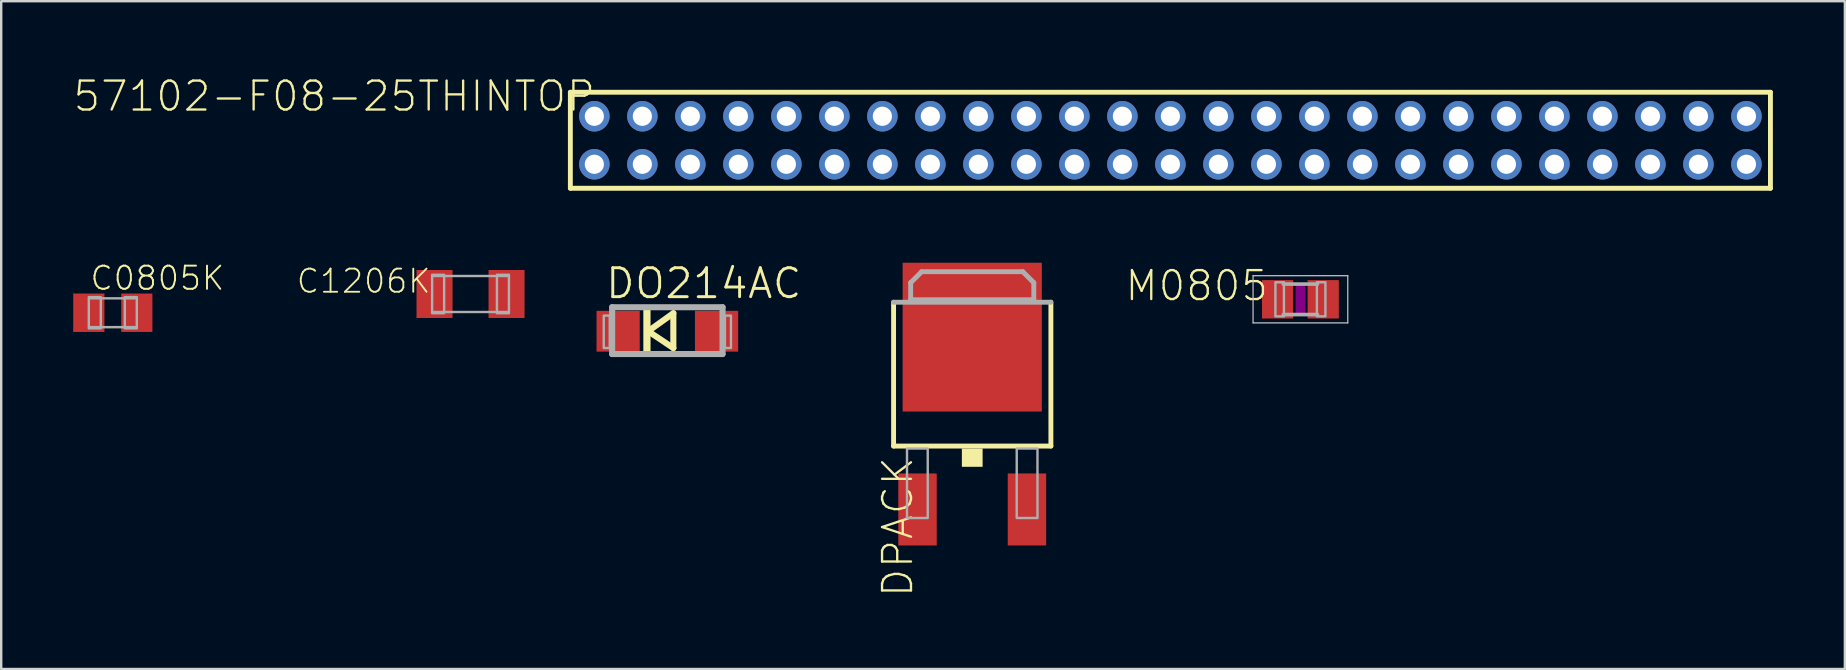
<source format=kicad_pcb>
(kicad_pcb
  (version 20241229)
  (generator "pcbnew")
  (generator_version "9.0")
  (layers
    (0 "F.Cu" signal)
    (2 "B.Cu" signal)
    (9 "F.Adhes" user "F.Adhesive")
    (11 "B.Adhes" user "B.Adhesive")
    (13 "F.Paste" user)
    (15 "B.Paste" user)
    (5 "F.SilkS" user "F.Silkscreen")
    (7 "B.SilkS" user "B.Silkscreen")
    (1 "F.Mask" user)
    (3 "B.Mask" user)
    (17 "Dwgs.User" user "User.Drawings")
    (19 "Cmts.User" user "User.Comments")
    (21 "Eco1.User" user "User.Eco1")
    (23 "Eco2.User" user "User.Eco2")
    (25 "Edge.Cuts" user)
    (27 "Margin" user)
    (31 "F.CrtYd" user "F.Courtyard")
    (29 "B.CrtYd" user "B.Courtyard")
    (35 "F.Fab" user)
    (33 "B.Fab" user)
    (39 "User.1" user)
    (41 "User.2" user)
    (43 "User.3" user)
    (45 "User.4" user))
  (footprint "DPACK"
    (layer "F.Cu")
    (at 37.457 13.376)
    (property "Reference" "DPACK" (at -3.81 2.54 270) (layer "F.SilkS") (effects (font (size 1.206 1.206) (thickness 0.097)) (justify right top)))
    (attr through_hole)
    (fp_line (start -3.277 2.159) (end -3.277 -3.835) (stroke (width 0.203) (type solid)) (layer "F.SilkS"))
    (fp_line (start 3.277 -3.835) (end 3.277 2.159) (stroke (width 0.203) (type solid)) (layer "F.SilkS"))
    (fp_line (start 3.277 2.159) (end -3.277 2.159) (stroke (width 0.203) (type solid)) (layer "F.SilkS"))
    (fp_poly (pts (xy -0.432 3.023) (xy 0.432 3.023) (xy 0.432 2.261) (xy -0.432 2.261)) (stroke (width 0) (type solid)) (fill yes) (layer "F.SilkS"))
    (fp_line (start -3.277 -3.835) (end 3.277 -3.835) (stroke (width 0.203) (type solid)) (layer "F.Fab"))
    (fp_line (start -2.565 -4.648) (end -2.108 -5.105) (stroke (width 0.203) (type solid)) (layer "F.Fab"))
    (fp_line (start -2.565 -3.937) (end -2.565 -4.648) (stroke (width 0.203) (type solid)) (layer "F.Fab"))
    (fp_line (start -2.108 -5.105) (end 2.108 -5.105) (stroke (width 0.203) (type solid)) (layer "F.Fab"))
    (fp_line (start 2.108 -5.105) (end 2.565 -4.648) (stroke (width 0.203) (type solid)) (layer "F.Fab"))
    (fp_line (start 2.565 -4.648) (end 2.565 -3.937) (stroke (width 0.203) (type solid)) (layer "F.Fab"))
    (fp_line (start 2.565 -3.937) (end -2.565 -3.937) (stroke (width 0.203) (type solid)) (layer "F.Fab"))
    (fp_poly (pts (xy -2.718 5.156) (xy -1.854 5.156) (xy -1.854 2.261) (xy -2.718 2.261)) (stroke (width 0.1) (type solid)) (fill no) (layer "F.Fab"))
    (fp_poly (pts (xy 1.854 5.156) (xy 2.718 5.156) (xy 2.718 2.261) (xy 1.854 2.261)) (stroke (width 0.1) (type solid)) (fill no) (layer "F.Fab"))
    (fp_poly (pts (xy -2.565 -3.937) (xy -2.565 -4.648) (xy -2.108 -5.105) (xy 2.108 -5.105) (xy 2.565 -4.648) (xy 2.565 -3.937)) (stroke (width 0.1) (type solid)) (fill no) (layer "F.Fab"))
    (pad "1" smd rect (at -2.28 4.8) (size 1.6 3) (layers "F.Cu" "F.Mask" "F.Paste"))
    (pad "3" smd rect (at 2.28 4.8) (size 1.6 3) (layers "F.Cu" "F.Mask" "F.Paste"))
    (pad "4" smd rect (at 0 -2.38) (size 5.8 6.2) (layers "F.Cu" "F.Mask" "F.Paste")))
  (footprint "C1206K"
    (layer "F.Cu")
    (at 16.554 9.199)
    (property "Reference" "C1206K" (at -1.6 -1.1 180) (layer "F.SilkS") (effects (font (size 0.965 0.965) (thickness 0.077)) (justify right top)))
    (attr through_hole)
    (fp_line (start -1.525 -0.75) (end 1.525 -0.75) (stroke (width 0.102) (type solid)) (layer "F.Fab"))
    (fp_line (start 1.525 0.75) (end -1.525 0.75) (stroke (width 0.102) (type solid)) (layer "F.Fab"))
    (fp_poly (pts (xy -1.6 0.8) (xy -1.1 0.8) (xy -1.1 -0.8) (xy -1.6 -0.8)) (stroke (width 0.1) (type solid)) (fill no) (layer "F.Fab"))
    (fp_poly (pts (xy 1.1 0.8) (xy 1.6 0.8) (xy 1.6 -0.8) (xy 1.1 -0.8)) (stroke (width 0.1) (type solid)) (fill no) (layer "F.Fab"))
    (pad "1" smd rect (at -1.5 0) (size 1.5 2) (layers "F.Cu" "F.Mask" "F.Paste"))
    (pad "2" smd rect (at 1.5 0) (size 1.5 2) (layers "F.Cu" "F.Mask" "F.Paste")))
  (footprint "C0805K"
    (layer "F.Cu")
    (at 1.65 9.98)
    (property "Reference" "C0805K" (at -1 -0.875 0) (layer "F.SilkS") (effects (font (size 0.965 0.965) (thickness 0.081)) (justify left bottom)))
    (attr through_hole)
    (fp_line (start -0.925 -0.6) (end 0.925 -0.6) (stroke (width 0.102) (type solid)) (layer "F.Fab"))
    (fp_line (start 0.925 0.6) (end -0.925 0.6) (stroke (width 0.102) (type solid)) (layer "F.Fab"))
    (fp_poly (pts (xy -1 0.65) (xy -0.5 0.65) (xy -0.5 -0.65) (xy -1 -0.65)) (stroke (width 0.1) (type solid)) (fill no) (layer "F.Fab"))
    (fp_poly (pts (xy 0.5 0.65) (xy 1 0.65) (xy 1 -0.65) (xy 0.5 -0.65)) (stroke (width 0.1) (type solid)) (fill no) (layer "F.Fab"))
    (pad "1" smd rect (at -1 0) (size 1.3 1.6) (layers "F.Cu" "F.Mask" "F.Paste"))
    (pad "2" smd rect (at 1 0) (size 1.3 1.6) (layers "F.Cu" "F.Mask" "F.Paste")))
  (footprint "DO214AC"
    (layer "F.Cu")
    (at 24.754 10.75)
    (property "Reference" "DO214AC" (at -2.64 -1.286 0) (layer "F.SilkS") (effects (font (size 1.206 1.206) (thickness 0.121)) (justify left bottom)))
    (attr through_hole)
    (fp_line (start -0.8 0) (end 0.25 -0.75) (stroke (width 0.254) (type solid)) (layer "F.SilkS"))
    (fp_line (start 0.25 -0.75) (end 0.25 0.7) (stroke (width 0.254) (type solid)) (layer "F.SilkS"))
    (fp_line (start 0.25 0.7) (end -0.8 0) (stroke (width 0.254) (type solid)) (layer "F.SilkS"))
    (fp_poly (pts (xy -1 1.05) (xy -0.7 1.05) (xy -0.7 -1.05) (xy -1 -1.05)) (stroke (width 0) (type solid)) (fill yes) (layer "F.SilkS"))
    (fp_line (start -2.3 -1) (end 2.3 -1) (stroke (width 0.254) (type solid)) (layer "F.Fab"))
    (fp_line (start -2.3 0.95) (end -2.3 -1) (stroke (width 0.254) (type solid)) (layer "F.Fab"))
    (fp_line (start 2.3 -1) (end 2.3 0.95) (stroke (width 0.254) (type solid)) (layer "F.Fab"))
    (fp_line (start 2.3 0.95) (end -2.3 0.95) (stroke (width 0.254) (type solid)) (layer "F.Fab"))
    (fp_poly (pts (xy -2.65 0.7) (xy -2.4 0.7) (xy -2.4 -0.65) (xy -2.65 -0.65)) (stroke (width 0.1) (type solid)) (fill no) (layer "F.Fab"))
    (fp_poly (pts (xy 2.4 0.7) (xy 2.65 0.7) (xy 2.65 -0.65) (xy 2.4 -0.65)) (stroke (width 0.1) (type solid)) (fill no) (layer "F.Fab"))
    (pad "A" smd rect (at 2.05 0) (size 1.8 1.7) (layers "F.Cu" "F.Mask" "F.Paste"))
    (pad "C" smd rect (at -2.05 0) (size 1.8 1.7) (layers "F.Cu" "F.Mask" "F.Paste")))
  (footprint "M0805"
    (layer "F.Cu")
    (at 51.13 9.42)
    (property "Reference" "M0805" (at -1.27 -1.27 180) (layer "F.SilkS") (effects (font (size 1.206 1.206) (thickness 0.097)) (justify right top)))
    (attr through_hole)
    (fp_poly (pts (xy -0.2 0.6) (xy 0.2 0.6) (xy 0.2 -0.6) (xy -0.2 -0.6)) (stroke (width 0) (type solid)) (fill yes) (layer "F.Adhes"))
    (fp_line (start -1.973 -0.983) (end 1.973 -0.983) (stroke (width 0.051) (type solid)) (layer "Dwgs.User"))
    (fp_line (start -1.973 0.983) (end -1.973 -0.983) (stroke (width 0.051) (type solid)) (layer "Dwgs.User"))
    (fp_line (start 1.973 -0.983) (end 1.973 0.983) (stroke (width 0.051) (type solid)) (layer "Dwgs.User"))
    (fp_line (start 1.973 0.983) (end -1.973 0.983) (stroke (width 0.051) (type solid)) (layer "Dwgs.User"))
    (fp_line (start 0.711 -0.635) (end -0.711 -0.635) (stroke (width 0.152) (type solid)) (layer "F.Fab"))
    (fp_line (start 0.711 0.635) (end -0.711 0.635) (stroke (width 0.152) (type solid)) (layer "F.Fab"))
    (fp_poly (pts (xy -1.041 0.711) (xy -0.686 0.711) (xy -0.686 -0.711) (xy -1.041 -0.711)) (stroke (width 0.1) (type solid)) (fill no) (layer "F.Fab"))
    (fp_poly (pts (xy 0.686 0.711) (xy 1.041 0.711) (xy 1.041 -0.711) (xy 0.686 -0.711)) (stroke (width 0.1) (type solid)) (fill no) (layer "F.Fab"))
    (pad "1" smd rect (at -0.95 0) (size 1.3 1.6) (layers "F.Cu" "F.Mask" "F.Paste"))
    (pad "2" smd rect (at 0.95 0) (size 1.3 1.6) (layers "F.Cu" "F.Mask" "F.Paste")))
  (footprint "57102-F08-25THINTOP"
    (layer "F.Cu")
    (at 30.713 2.794)
    (property "Reference" "57102-F08-25THINTOP" (at -8.89 -2.54 180) (layer "F.SilkS") (effects (font (size 1.206 1.206) (thickness 0.097)) (justify right top)))
    (attr through_hole)
    (fp_line (start -10 -2) (end 40 -2) (stroke (width 0.203) (type solid)) (layer "F.SilkS"))
    (fp_line (start -10 2) (end -10 -2) (stroke (width 0.203) (type solid)) (layer "F.SilkS"))
    (fp_line (start 40 -2) (end 40 2) (stroke (width 0.203) (type solid)) (layer "F.SilkS"))
    (fp_line (start 40 2) (end -10 2) (stroke (width 0.203) (type solid)) (layer "F.SilkS"))
    (pad "1" thru_hole circle (at -9 1) (size 1.27 1.27) (drill 0.8) (layers "*.Cu" "*.Mask"))
    (pad "2" thru_hole circle (at -9 -1) (size 1.27 1.27) (drill 0.8) (layers "*.Cu" "*.Mask"))
    (pad "3" thru_hole circle (at -7 1) (size 1.27 1.27) (drill 0.8) (layers "*.Cu" "*.Mask"))
    (pad "4" thru_hole circle (at -7 -1) (size 1.27 1.27) (drill 0.8) (layers "*.Cu" "*.Mask"))
    (pad "5" thru_hole circle (at -5 1) (size 1.27 1.27) (drill 0.8) (layers "*.Cu" "*.Mask"))
    (pad "6" thru_hole circle (at -5 -1) (size 1.27 1.27) (drill 0.8) (layers "*.Cu" "*.Mask"))
    (pad "7" thru_hole circle (at -3 1) (size 1.27 1.27) (drill 0.8) (layers "*.Cu" "*.Mask"))
    (pad "8" thru_hole circle (at -3 -1) (size 1.27 1.27) (drill 0.8) (layers "*.Cu" "*.Mask"))
    (pad "9" thru_hole circle (at -1 1) (size 1.27 1.27) (drill 0.8) (layers "*.Cu" "*.Mask"))
    (pad "10" thru_hole circle (at -1 -1) (size 1.27 1.27) (drill 0.8) (layers "*.Cu" "*.Mask"))
    (pad "11" thru_hole circle (at 1 1) (size 1.27 1.27) (drill 0.8) (layers "*.Cu" "*.Mask"))
    (pad "12" thru_hole circle (at 1 -1) (size 1.27 1.27) (drill 0.8) (layers "*.Cu" "*.Mask"))
    (pad "13" thru_hole circle (at 3 1) (size 1.27 1.27) (drill 0.8) (layers "*.Cu" "*.Mask"))
    (pad "14" thru_hole circle (at 3 -1) (size 1.27 1.27) (drill 0.8) (layers "*.Cu" "*.Mask"))
    (pad "15" thru_hole circle (at 5 1) (size 1.27 1.27) (drill 0.8) (layers "*.Cu" "*.Mask"))
    (pad "16" thru_hole circle (at 5 -1) (size 1.27 1.27) (drill 0.8) (layers "*.Cu" "*.Mask"))
    (pad "17" thru_hole circle (at 7 1) (size 1.27 1.27) (drill 0.8) (layers "*.Cu" "*.Mask"))
    (pad "18" thru_hole circle (at 7 -1) (size 1.27 1.27) (drill 0.8) (layers "*.Cu" "*.Mask"))
    (pad "19" thru_hole circle (at 9 1) (size 1.27 1.27) (drill 0.8) (layers "*.Cu" "*.Mask"))
    (pad "20" thru_hole circle (at 9 -1) (size 1.27 1.27) (drill 0.8) (layers "*.Cu" "*.Mask"))
    (pad "21" thru_hole circle (at 11 1) (size 1.27 1.27) (drill 0.8) (layers "*.Cu" "*.Mask"))
    (pad "22" thru_hole circle (at 11 -1) (size 1.27 1.27) (drill 0.8) (layers "*.Cu" "*.Mask"))
    (pad "23" thru_hole circle (at 13 1) (size 1.27 1.27) (drill 0.8) (layers "*.Cu" "*.Mask"))
    (pad "24" thru_hole circle (at 13 -1) (size 1.27 1.27) (drill 0.8) (layers "*.Cu" "*.Mask"))
    (pad "25" thru_hole circle (at 15 1) (size 1.27 1.27) (drill 0.8) (layers "*.Cu" "*.Mask"))
    (pad "26" thru_hole circle (at 15 -1) (size 1.27 1.27) (drill 0.8) (layers "*.Cu" "*.Mask"))
    (pad "27" thru_hole circle (at 17 1) (size 1.27 1.27) (drill 0.8) (layers "*.Cu" "*.Mask"))
    (pad "28" thru_hole circle (at 17 -1) (size 1.27 1.27) (drill 0.8) (layers "*.Cu" "*.Mask"))
    (pad "29" thru_hole circle (at 19 1) (size 1.27 1.27) (drill 0.8) (layers "*.Cu" "*.Mask"))
    (pad "30" thru_hole circle (at 19 -1) (size 1.27 1.27) (drill 0.8) (layers "*.Cu" "*.Mask"))
    (pad "31" thru_hole circle (at 21 1) (size 1.27 1.27) (drill 0.8) (layers "*.Cu" "*.Mask"))
    (pad "32" thru_hole circle (at 21 -1) (size 1.27 1.27) (drill 0.8) (layers "*.Cu" "*.Mask"))
    (pad "33" thru_hole circle (at 23 1) (size 1.27 1.27) (drill 0.8) (layers "*.Cu" "*.Mask"))
    (pad "34" thru_hole circle (at 23 -1) (size 1.27 1.27) (drill 0.8) (layers "*.Cu" "*.Mask"))
    (pad "35" thru_hole circle (at 25 1) (size 1.27 1.27) (drill 0.8) (layers "*.Cu" "*.Mask"))
    (pad "36" thru_hole circle (at 25 -1) (size 1.27 1.27) (drill 0.8) (layers "*.Cu" "*.Mask"))
    (pad "37" thru_hole circle (at 27 1) (size 1.27 1.27) (drill 0.8) (layers "*.Cu" "*.Mask"))
    (pad "38" thru_hole circle (at 27 -1) (size 1.27 1.27) (drill 0.8) (layers "*.Cu" "*.Mask"))
    (pad "39" thru_hole circle (at 29 1) (size 1.27 1.27) (drill 0.8) (layers "*.Cu" "*.Mask"))
    (pad "40" thru_hole circle (at 29 -1) (size 1.27 1.27) (drill 0.8) (layers "*.Cu" "*.Mask"))
    (pad "41" thru_hole circle (at 31 1) (size 1.27 1.27) (drill 0.8) (layers "*.Cu" "*.Mask"))
    (pad "42" thru_hole circle (at 31 -1) (size 1.27 1.27) (drill 0.8) (layers "*.Cu" "*.Mask"))
    (pad "43" thru_hole circle (at 33 1) (size 1.27 1.27) (drill 0.8) (layers "*.Cu" "*.Mask"))
    (pad "44" thru_hole circle (at 33 -1) (size 1.27 1.27) (drill 0.8) (layers "*.Cu" "*.Mask"))
    (pad "45" thru_hole circle (at 35 1) (size 1.27 1.27) (drill 0.8) (layers "*.Cu" "*.Mask"))
    (pad "46" thru_hole circle (at 35 -1) (size 1.27 1.27) (drill 0.8) (layers "*.Cu" "*.Mask"))
    (pad "47" thru_hole circle (at 37 1) (size 1.27 1.27) (drill 0.8) (layers "*.Cu" "*.Mask"))
    (pad "48" thru_hole circle (at 37 -1) (size 1.27 1.27) (drill 0.8) (layers "*.Cu" "*.Mask"))
    (pad "49" thru_hole circle (at 39 1) (size 1.27 1.27) (drill 0.8) (layers "*.Cu" "*.Mask"))
    (pad "50" thru_hole circle (at 39 -1) (size 1.27 1.27) (drill 0.8) (layers "*.Cu" "*.Mask")))
  (gr_rect
    (start -3 -3)
    (end 73.814 24.824)
    (stroke (width 0.1) (type default))
    (fill no)
    (layer "Edge.Cuts")))
</source>
